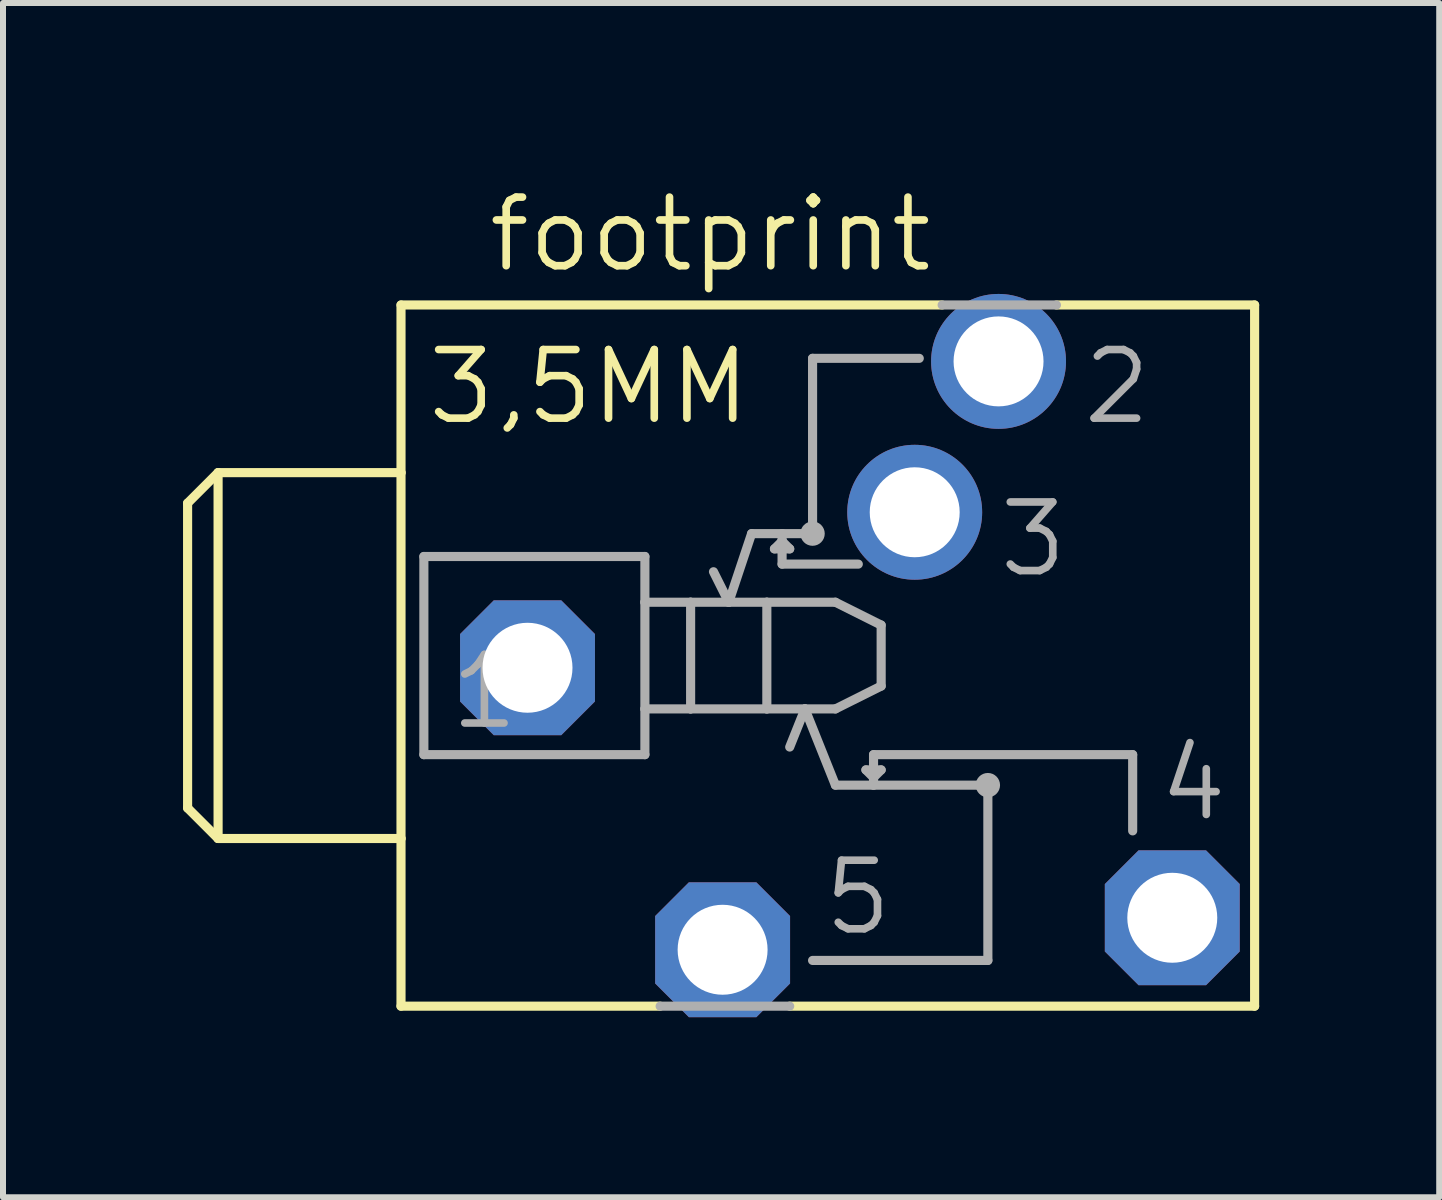
<source format=kicad_pcb>
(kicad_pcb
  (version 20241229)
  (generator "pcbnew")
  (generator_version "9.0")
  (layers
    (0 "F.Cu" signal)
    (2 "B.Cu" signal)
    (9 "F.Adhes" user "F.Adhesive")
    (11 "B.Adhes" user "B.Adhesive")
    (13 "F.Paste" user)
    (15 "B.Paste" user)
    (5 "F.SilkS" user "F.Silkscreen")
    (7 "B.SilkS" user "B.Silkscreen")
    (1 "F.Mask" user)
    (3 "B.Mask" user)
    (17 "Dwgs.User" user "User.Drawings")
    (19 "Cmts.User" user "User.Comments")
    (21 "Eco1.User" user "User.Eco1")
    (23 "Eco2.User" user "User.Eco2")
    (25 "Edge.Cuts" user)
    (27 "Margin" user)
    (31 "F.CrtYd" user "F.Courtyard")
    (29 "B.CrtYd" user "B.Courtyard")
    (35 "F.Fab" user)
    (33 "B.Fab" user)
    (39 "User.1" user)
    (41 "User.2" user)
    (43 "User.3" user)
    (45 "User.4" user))
  (footprint "footprint"
    (layer "F.Cu")
    (at 10.744 7.874)
    (property "Reference" "footprint" (at -5.715 -6.35 0) (layer "F.SilkS") (effects (font (size 1.143 1.143) (thickness 0.127)) (justify left bottom)))
    (fp_line (start -10.668 2.54) (end -10.668 -2.54) (stroke (width 0.152) (type solid)) (layer "F.SilkS"))
    (fp_line (start -10.16 -3.048) (end -10.668 -2.54) (stroke (width 0.152) (type solid)) (layer "F.SilkS"))
    (fp_line (start -10.16 3.048) (end -10.668 2.54) (stroke (width 0.152) (type solid)) (layer "F.SilkS"))
    (fp_line (start -10.16 3.048) (end -10.16 -3.048) (stroke (width 0.152) (type solid)) (layer "F.SilkS"))
    (fp_line (start -10.16 3.048) (end -7.112 3.048) (stroke (width 0.152) (type solid)) (layer "F.SilkS"))
    (fp_line (start -7.112 -3.048) (end -10.16 -3.048) (stroke (width 0.152) (type solid)) (layer "F.SilkS"))
    (fp_line (start -7.112 -3.048) (end -7.112 -5.842) (stroke (width 0.152) (type solid)) (layer "F.SilkS"))
    (fp_line (start -7.112 3.048) (end -7.112 -3.048) (stroke (width 0.152) (type solid)) (layer "F.SilkS"))
    (fp_line (start -7.112 5.842) (end -7.112 3.048) (stroke (width 0.152) (type solid)) (layer "F.SilkS"))
    (fp_line (start -7.112 5.842) (end -2.794 5.842) (stroke (width 0.152) (type solid)) (layer "F.SilkS"))
    (fp_line (start -0.635 5.842) (end 7.112 5.842) (stroke (width 0.152) (type solid)) (layer "F.SilkS"))
    (fp_line (start 1.905 -5.842) (end -7.112 -5.842) (stroke (width 0.152) (type solid)) (layer "F.SilkS"))
    (fp_line (start 7.112 -5.842) (end 3.81 -5.842) (stroke (width 0.152) (type solid)) (layer "F.SilkS"))
    (fp_line (start 7.112 -5.842) (end 7.112 5.842) (stroke (width 0.152) (type solid)) (layer "F.SilkS"))
    (fp_line (start -6.731 1.651) (end -6.731 -1.651) (stroke (width 0.152) (type solid)) (layer "F.Fab"))
    (fp_line (start -6.731 1.651) (end -3.048 1.651) (stroke (width 0.152) (type solid)) (layer "F.Fab"))
    (fp_line (start -3.048 -1.651) (end -6.731 -1.651) (stroke (width 0.152) (type solid)) (layer "F.Fab"))
    (fp_line (start -3.048 -1.651) (end -3.048 -0.889) (stroke (width 0.152) (type solid)) (layer "F.Fab"))
    (fp_line (start -3.048 -0.889) (end -3.048 0.889) (stroke (width 0.152) (type solid)) (layer "F.Fab"))
    (fp_line (start -3.048 -0.889) (end -2.286 -0.889) (stroke (width 0.152) (type solid)) (layer "F.Fab"))
    (fp_line (start -3.048 0.889) (end -3.048 1.651) (stroke (width 0.152) (type solid)) (layer "F.Fab"))
    (fp_line (start -2.794 5.842) (end -0.635 5.842) (stroke (width 0.152) (type solid)) (layer "F.Fab"))
    (fp_line (start -2.286 -0.889) (end -2.286 0.889) (stroke (width 0.152) (type solid)) (layer "F.Fab"))
    (fp_line (start -2.286 -0.889) (end -1.651 -0.889) (stroke (width 0.152) (type solid)) (layer "F.Fab"))
    (fp_line (start -2.286 0.889) (end -3.048 0.889) (stroke (width 0.152) (type solid)) (layer "F.Fab"))
    (fp_line (start -1.905 -1.397) (end -1.651 -0.889) (stroke (width 0.152) (type solid)) (layer "F.Fab"))
    (fp_line (start -1.651 -0.889) (end -1.27 -2.032) (stroke (width 0.152) (type solid)) (layer "F.Fab"))
    (fp_line (start -1.651 -0.889) (end -1.016 -0.889) (stroke (width 0.152) (type solid)) (layer "F.Fab"))
    (fp_line (start -1.27 -2.032) (end -0.762 -2.032) (stroke (width 0.152) (type solid)) (layer "F.Fab"))
    (fp_line (start -1.016 -0.889) (end -1.016 0.889) (stroke (width 0.152) (type solid)) (layer "F.Fab"))
    (fp_line (start -1.016 -0.889) (end 0.127 -0.889) (stroke (width 0.152) (type solid)) (layer "F.Fab"))
    (fp_line (start -1.016 0.889) (end -2.286 0.889) (stroke (width 0.152) (type solid)) (layer "F.Fab"))
    (fp_line (start -0.889 -1.778) (end -0.762 -1.905) (stroke (width 0.152) (type solid)) (layer "F.Fab"))
    (fp_line (start -0.889 -1.778) (end -0.635 -1.778) (stroke (width 0.152) (type solid)) (layer "F.Fab"))
    (fp_line (start -0.762 -2.032) (end -0.762 -1.905) (stroke (width 0.152) (type solid)) (layer "F.Fab"))
    (fp_line (start -0.762 -2.032) (end -0.254 -2.032) (stroke (width 0.152) (type solid)) (layer "F.Fab"))
    (fp_line (start -0.762 -1.905) (end -0.762 -1.524) (stroke (width 0.152) (type solid)) (layer "F.Fab"))
    (fp_line (start -0.762 -1.524) (end 0.508 -1.524) (stroke (width 0.152) (type solid)) (layer "F.Fab"))
    (fp_line (start -0.635 -1.778) (end -0.762 -1.905) (stroke (width 0.152) (type solid)) (layer "F.Fab"))
    (fp_line (start -0.635 1.524) (end -0.381 0.889) (stroke (width 0.152) (type solid)) (layer "F.Fab"))
    (fp_line (start -0.381 0.889) (end -1.016 0.889) (stroke (width 0.152) (type solid)) (layer "F.Fab"))
    (fp_line (start -0.254 -4.953) (end 1.524 -4.953) (stroke (width 0.152) (type solid)) (layer "F.Fab"))
    (fp_line (start -0.254 -2.032) (end -0.254 -4.953) (stroke (width 0.152) (type solid)) (layer "F.Fab"))
    (fp_line (start 0.127 0.889) (end -0.381 0.889) (stroke (width 0.152) (type solid)) (layer "F.Fab"))
    (fp_line (start 0.127 0.889) (end 0.889 0.508) (stroke (width 0.152) (type solid)) (layer "F.Fab"))
    (fp_line (start 0.127 2.159) (end -0.381 0.889) (stroke (width 0.152) (type solid)) (layer "F.Fab"))
    (fp_line (start 0.127 2.159) (end 0.762 2.159) (stroke (width 0.152) (type solid)) (layer "F.Fab"))
    (fp_line (start 0.635 1.905) (end 0.762 2.032) (stroke (width 0.152) (type solid)) (layer "F.Fab"))
    (fp_line (start 0.762 1.651) (end 5.08 1.651) (stroke (width 0.152) (type solid)) (layer "F.Fab"))
    (fp_line (start 0.762 2.032) (end 0.762 1.651) (stroke (width 0.152) (type solid)) (layer "F.Fab"))
    (fp_line (start 0.762 2.032) (end 0.889 1.905) (stroke (width 0.152) (type solid)) (layer "F.Fab"))
    (fp_line (start 0.762 2.159) (end 0.762 2.032) (stroke (width 0.152) (type solid)) (layer "F.Fab"))
    (fp_line (start 0.762 2.159) (end 2.667 2.159) (stroke (width 0.152) (type solid)) (layer "F.Fab"))
    (fp_line (start 0.889 -0.508) (end 0.127 -0.889) (stroke (width 0.152) (type solid)) (layer "F.Fab"))
    (fp_line (start 0.889 -0.508) (end 0.889 0.508) (stroke (width 0.152) (type solid)) (layer "F.Fab"))
    (fp_line (start 0.889 1.905) (end 0.635 1.905) (stroke (width 0.152) (type solid)) (layer "F.Fab"))
    (fp_line (start 2.667 2.159) (end 2.667 5.08) (stroke (width 0.152) (type solid)) (layer "F.Fab"))
    (fp_line (start 2.667 5.08) (end -0.254 5.08) (stroke (width 0.152) (type solid)) (layer "F.Fab"))
    (fp_line (start 3.81 -5.842) (end 1.905 -5.842) (stroke (width 0.152) (type solid)) (layer "F.Fab"))
    (fp_line (start 5.08 1.651) (end 5.08 2.921) (stroke (width 0.152) (type solid)) (layer "F.Fab"))
    (fp_circle (center -0.254 -2.032) (end -0.127 -2.032) (stroke (width 0.152) (type solid)) (fill no) (layer "F.Fab"))
    (fp_circle (center 2.667 2.159) (end 2.794 2.159) (stroke (width 0.152) (type solid)) (fill no) (layer "F.Fab"))
    (fp_text user "3,5MM" (at -6.731 -3.81 0) (layer "F.SilkS") (effects (font (size 1.143 1.143) (thickness 0.127)) (justify left bottom)))
    (fp_text user "3" (at 2.794 -1.27 0) (layer "F.Fab") (effects (font (size 1.143 1.143) (thickness 0.127)) (justify left bottom)))
    (fp_text user "5" (at -0.127 4.699 0) (layer "F.Fab") (effects (font (size 1.143 1.143) (thickness 0.127)) (justify left bottom)))
    (fp_text user "1" (at -6.35 1.27 0) (layer "F.Fab") (effects (font (size 1.143 1.143) (thickness 0.127)) (justify left bottom)))
    (fp_text user "4" (at 5.461 2.794 0) (layer "F.Fab") (effects (font (size 1.143 1.143) (thickness 0.127)) (justify left bottom)))
    (fp_text user "2" (at 4.191 -3.81 0) (layer "F.Fab") (effects (font (size 1.143 1.143) (thickness 0.127)) (justify left bottom)))
    (pad "1" thru_hole roundrect (at -5.004 0.203) (size 2.248 2.248) (drill 1.499) (layers "*.Cu" "*.Mask") (roundrect_rratio 0.25) (chamfer_ratio 0.25) (chamfer top_left top_right bottom_left bottom_right))
    (pad "2" thru_hole circle (at 2.845 -4.902) (size 2.248 2.248) (drill 1.499) (layers "*.Cu" "*.Mask"))
    (pad "3" thru_hole circle (at 1.448 -2.388) (size 2.248 2.248) (drill 1.499) (layers "*.Cu" "*.Mask"))
    (pad "4" thru_hole roundrect (at 5.74 4.369) (size 2.248 2.248) (drill 1.499) (layers "*.Cu" "*.Mask") (roundrect_rratio 0.25) (chamfer_ratio 0.25) (chamfer top_left top_right bottom_left bottom_right))
    (pad "5" thru_hole roundrect (at -1.753 4.902) (size 2.248 2.248) (drill 1.499) (layers "*.Cu" "*.Mask") (roundrect_rratio 0.25) (chamfer_ratio 0.25) (chamfer top_left top_right bottom_left bottom_right)))
  (gr_rect
    (start -3 -3)
    (end 20.932 16.9)
    (stroke (width 0.1) (type default))
    (fill no)
    (layer "Edge.Cuts")))
</source>
